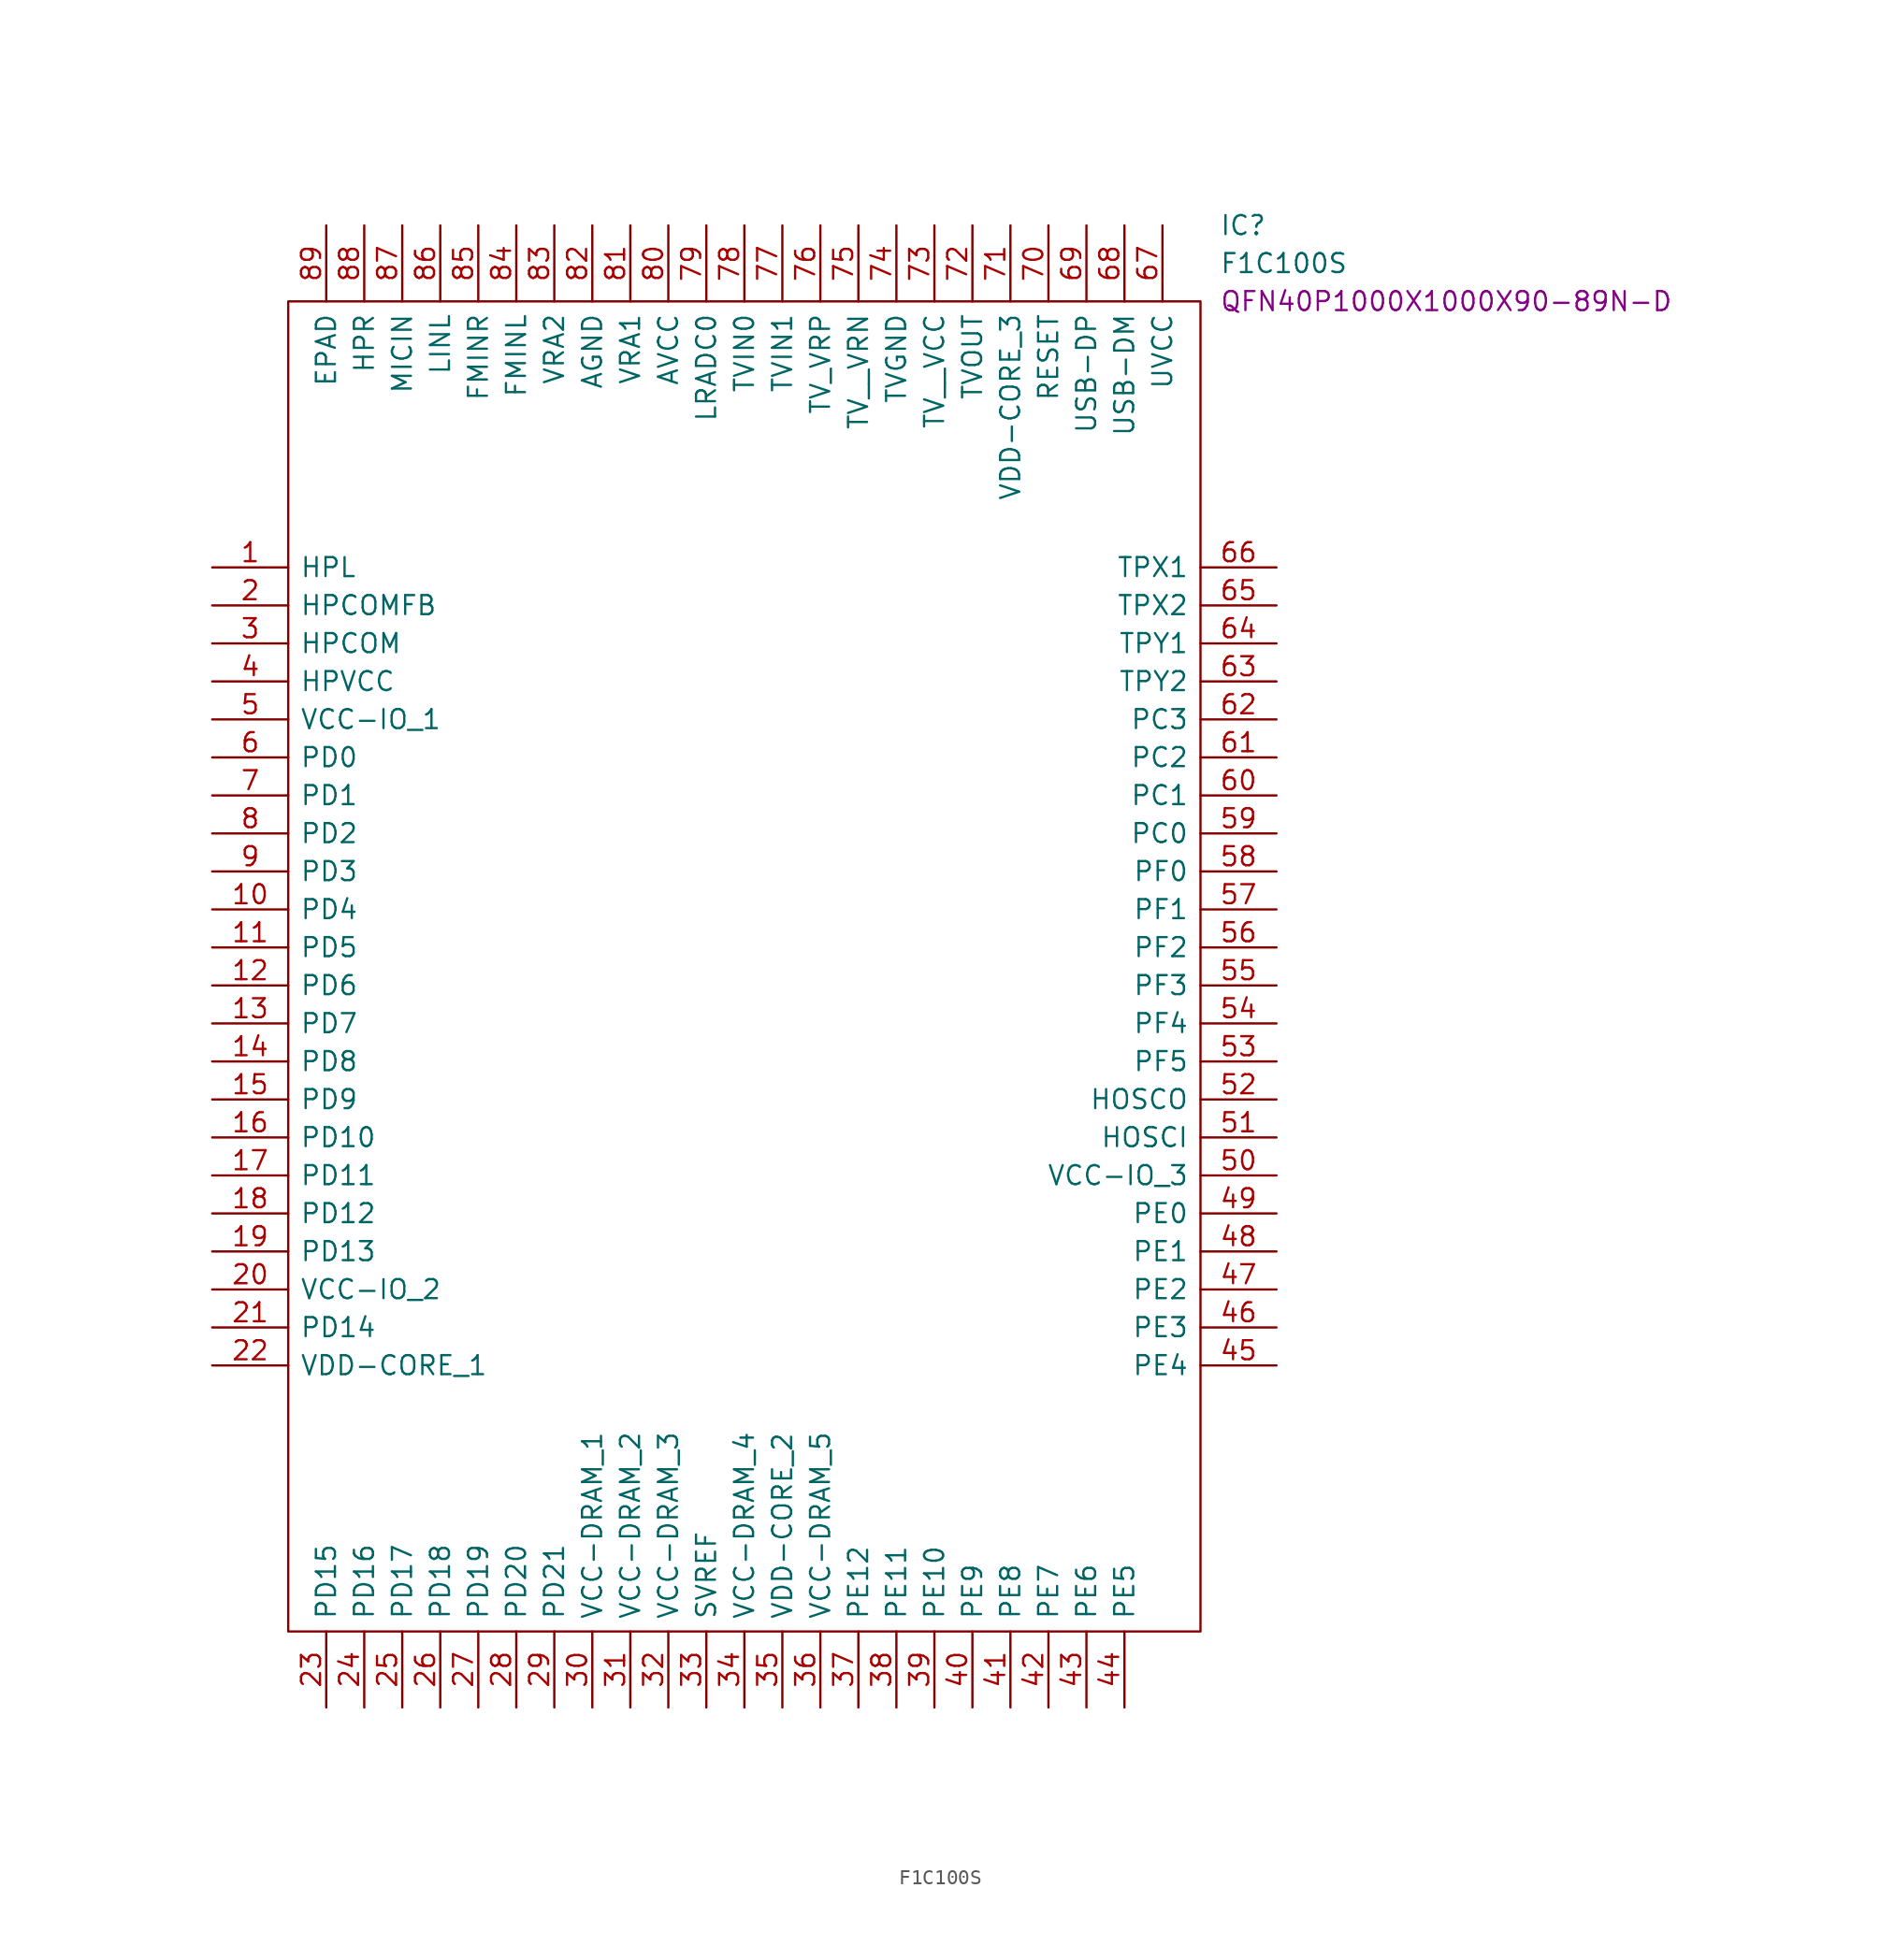
<source format=kicad_sym>
(kicad_symbol_lib
  (version 20211014)
  (generator kicad_symbol_editor)
  (symbol "F1C100S"
    (pin_names
      (offset 0.762))
    (property "Reference" "IC"
      (at 67.31 22.86 0)
      (effects (font (size 1.27 1.27)) (justify left)))
    (property "Value" "F1C100S"
      (at 67.31 20.32 0)
      (effects (font (size 1.27 1.27)) (justify left)))
    (property "Footprint" "QFN40P1000X1000X90-89N-D"
      (at 67.31 17.78 0)
      (effects (font (size 1.27 1.27)) (justify left)))
    (symbol "F1C100S_0_0"
      (pin passive line (at 0 0 0) (length 5.08) (name "HPL" (effects (font (size 1.27 1.27)))) (number "1" (effects (font (size 1.27 1.27)))))
      (pin passive line (at 0 -22.86 0) (length 5.08) (name "PD4" (effects (font (size 1.27 1.27)))) (number "10" (effects (font (size 1.27 1.27)))))
      (pin passive line (at 0 -25.4 0) (length 5.08) (name "PD5" (effects (font (size 1.27 1.27)))) (number "11" (effects (font (size 1.27 1.27)))))
      (pin passive line (at 0 -27.94 0) (length 5.08) (name "PD6" (effects (font (size 1.27 1.27)))) (number "12" (effects (font (size 1.27 1.27)))))
      (pin passive line (at 0 -30.48 0) (length 5.08) (name "PD7" (effects (font (size 1.27 1.27)))) (number "13" (effects (font (size 1.27 1.27)))))
      (pin passive line (at 0 -33.02 0) (length 5.08) (name "PD8" (effects (font (size 1.27 1.27)))) (number "14" (effects (font (size 1.27 1.27)))))
      (pin passive line (at 0 -35.56 0) (length 5.08) (name "PD9" (effects (font (size 1.27 1.27)))) (number "15" (effects (font (size 1.27 1.27)))))
      (pin passive line (at 0 -38.1 0) (length 5.08) (name "PD10" (effects (font (size 1.27 1.27)))) (number "16" (effects (font (size 1.27 1.27)))))
      (pin passive line (at 0 -40.64 0) (length 5.08) (name "PD11" (effects (font (size 1.27 1.27)))) (number "17" (effects (font (size 1.27 1.27)))))
      (pin passive line (at 0 -43.18 0) (length 5.08) (name "PD12" (effects (font (size 1.27 1.27)))) (number "18" (effects (font (size 1.27 1.27)))))
      (pin passive line (at 0 -45.72 0) (length 5.08) (name "PD13" (effects (font (size 1.27 1.27)))) (number "19" (effects (font (size 1.27 1.27)))))
      (pin passive line (at 0 -2.54 0) (length 5.08) (name "HPCOMFB" (effects (font (size 1.27 1.27)))) (number "2" (effects (font (size 1.27 1.27)))))
      (pin passive line (at 0 -48.26 0) (length 5.08) (name "VCC-IO_2" (effects (font (size 1.27 1.27)))) (number "20" (effects (font (size 1.27 1.27)))))
      (pin passive line (at 0 -50.8 0) (length 5.08) (name "PD14" (effects (font (size 1.27 1.27)))) (number "21" (effects (font (size 1.27 1.27)))))
      (pin passive line (at 0 -53.34 0) (length 5.08) (name "VDD-CORE_1" (effects (font (size 1.27 1.27)))) (number "22" (effects (font (size 1.27 1.27)))))
      (pin passive line (at 7.62 -76.2 90) (length 5.08) (name "PD15" (effects (font (size 1.27 1.27)))) (number "23" (effects (font (size 1.27 1.27)))))
      (pin passive line (at 10.16 -76.2 90) (length 5.08) (name "PD16" (effects (font (size 1.27 1.27)))) (number "24" (effects (font (size 1.27 1.27)))))
      (pin passive line (at 12.7 -76.2 90) (length 5.08) (name "PD17" (effects (font (size 1.27 1.27)))) (number "25" (effects (font (size 1.27 1.27)))))
      (pin passive line (at 15.24 -76.2 90) (length 5.08) (name "PD18" (effects (font (size 1.27 1.27)))) (number "26" (effects (font (size 1.27 1.27)))))
      (pin passive line (at 17.78 -76.2 90) (length 5.08) (name "PD19" (effects (font (size 1.27 1.27)))) (number "27" (effects (font (size 1.27 1.27)))))
      (pin passive line (at 20.32 -76.2 90) (length 5.08) (name "PD20" (effects (font (size 1.27 1.27)))) (number "28" (effects (font (size 1.27 1.27)))))
      (pin passive line (at 22.86 -76.2 90) (length 5.08) (name "PD21" (effects (font (size 1.27 1.27)))) (number "29" (effects (font (size 1.27 1.27)))))
      (pin passive line (at 0 -5.08 0) (length 5.08) (name "HPCOM" (effects (font (size 1.27 1.27)))) (number "3" (effects (font (size 1.27 1.27)))))
      (pin passive line (at 25.4 -76.2 90) (length 5.08) (name "VCC-DRAM_1" (effects (font (size 1.27 1.27)))) (number "30" (effects (font (size 1.27 1.27)))))
      (pin passive line (at 27.94 -76.2 90) (length 5.08) (name "VCC-DRAM_2" (effects (font (size 1.27 1.27)))) (number "31" (effects (font (size 1.27 1.27)))))
      (pin passive line (at 30.48 -76.2 90) (length 5.08) (name "VCC-DRAM_3" (effects (font (size 1.27 1.27)))) (number "32" (effects (font (size 1.27 1.27)))))
      (pin passive line (at 33.02 -76.2 90) (length 5.08) (name "SVREF" (effects (font (size 1.27 1.27)))) (number "33" (effects (font (size 1.27 1.27)))))
      (pin passive line (at 35.56 -76.2 90) (length 5.08) (name "VCC-DRAM_4" (effects (font (size 1.27 1.27)))) (number "34" (effects (font (size 1.27 1.27)))))
      (pin passive line (at 38.1 -76.2 90) (length 5.08) (name "VDD-CORE_2" (effects (font (size 1.27 1.27)))) (number "35" (effects (font (size 1.27 1.27)))))
      (pin passive line (at 40.64 -76.2 90) (length 5.08) (name "VCC-DRAM_5" (effects (font (size 1.27 1.27)))) (number "36" (effects (font (size 1.27 1.27)))))
      (pin passive line (at 43.18 -76.2 90) (length 5.08) (name "PE12" (effects (font (size 1.27 1.27)))) (number "37" (effects (font (size 1.27 1.27)))))
      (pin passive line (at 45.72 -76.2 90) (length 5.08) (name "PE11" (effects (font (size 1.27 1.27)))) (number "38" (effects (font (size 1.27 1.27)))))
      (pin passive line (at 48.26 -76.2 90) (length 5.08) (name "PE10" (effects (font (size 1.27 1.27)))) (number "39" (effects (font (size 1.27 1.27)))))
      (pin passive line (at 0 -7.62 0) (length 5.08) (name "HPVCC" (effects (font (size 1.27 1.27)))) (number "4" (effects (font (size 1.27 1.27)))))
      (pin passive line (at 50.8 -76.2 90) (length 5.08) (name "PE9" (effects (font (size 1.27 1.27)))) (number "40" (effects (font (size 1.27 1.27)))))
      (pin passive line (at 53.34 -76.2 90) (length 5.08) (name "PE8" (effects (font (size 1.27 1.27)))) (number "41" (effects (font (size 1.27 1.27)))))
      (pin passive line (at 55.88 -76.2 90) (length 5.08) (name "PE7" (effects (font (size 1.27 1.27)))) (number "42" (effects (font (size 1.27 1.27)))))
      (pin passive line (at 58.42 -76.2 90) (length 5.08) (name "PE6" (effects (font (size 1.27 1.27)))) (number "43" (effects (font (size 1.27 1.27)))))
      (pin passive line (at 60.96 -76.2 90) (length 5.08) (name "PE5" (effects (font (size 1.27 1.27)))) (number "44" (effects (font (size 1.27 1.27)))))
      (pin passive line (at 71.12 -53.34 180) (length 5.08) (name "PE4" (effects (font (size 1.27 1.27)))) (number "45" (effects (font (size 1.27 1.27)))))
      (pin passive line (at 71.12 -50.8 180) (length 5.08) (name "PE3" (effects (font (size 1.27 1.27)))) (number "46" (effects (font (size 1.27 1.27)))))
      (pin passive line (at 71.12 -48.26 180) (length 5.08) (name "PE2" (effects (font (size 1.27 1.27)))) (number "47" (effects (font (size 1.27 1.27)))))
      (pin passive line (at 71.12 -45.72 180) (length 5.08) (name "PE1" (effects (font (size 1.27 1.27)))) (number "48" (effects (font (size 1.27 1.27)))))
      (pin passive line (at 71.12 -43.18 180) (length 5.08) (name "PE0" (effects (font (size 1.27 1.27)))) (number "49" (effects (font (size 1.27 1.27)))))
      (pin passive line (at 0 -10.16 0) (length 5.08) (name "VCC-IO_1" (effects (font (size 1.27 1.27)))) (number "5" (effects (font (size 1.27 1.27)))))
      (pin passive line (at 71.12 -40.64 180) (length 5.08) (name "VCC-IO_3" (effects (font (size 1.27 1.27)))) (number "50" (effects (font (size 1.27 1.27)))))
      (pin passive line (at 71.12 -38.1 180) (length 5.08) (name "HOSCI" (effects (font (size 1.27 1.27)))) (number "51" (effects (font (size 1.27 1.27)))))
      (pin passive line (at 71.12 -35.56 180) (length 5.08) (name "HOSCO" (effects (font (size 1.27 1.27)))) (number "52" (effects (font (size 1.27 1.27)))))
      (pin passive line (at 71.12 -33.02 180) (length 5.08) (name "PF5" (effects (font (size 1.27 1.27)))) (number "53" (effects (font (size 1.27 1.27)))))
      (pin passive line (at 71.12 -30.48 180) (length 5.08) (name "PF4" (effects (font (size 1.27 1.27)))) (number "54" (effects (font (size 1.27 1.27)))))
      (pin passive line (at 71.12 -27.94 180) (length 5.08) (name "PF3" (effects (font (size 1.27 1.27)))) (number "55" (effects (font (size 1.27 1.27)))))
      (pin passive line (at 71.12 -25.4 180) (length 5.08) (name "PF2" (effects (font (size 1.27 1.27)))) (number "56" (effects (font (size 1.27 1.27)))))
      (pin passive line (at 71.12 -22.86 180) (length 5.08) (name "PF1" (effects (font (size 1.27 1.27)))) (number "57" (effects (font (size 1.27 1.27)))))
      (pin passive line (at 71.12 -20.32 180) (length 5.08) (name "PF0" (effects (font (size 1.27 1.27)))) (number "58" (effects (font (size 1.27 1.27)))))
      (pin passive line (at 71.12 -17.78 180) (length 5.08) (name "PC0" (effects (font (size 1.27 1.27)))) (number "59" (effects (font (size 1.27 1.27)))))
      (pin passive line (at 0 -12.7 0) (length 5.08) (name "PD0" (effects (font (size 1.27 1.27)))) (number "6" (effects (font (size 1.27 1.27)))))
      (pin passive line (at 71.12 -15.24 180) (length 5.08) (name "PC1" (effects (font (size 1.27 1.27)))) (number "60" (effects (font (size 1.27 1.27)))))
      (pin passive line (at 71.12 -12.7 180) (length 5.08) (name "PC2" (effects (font (size 1.27 1.27)))) (number "61" (effects (font (size 1.27 1.27)))))
      (pin passive line (at 71.12 -10.16 180) (length 5.08) (name "PC3" (effects (font (size 1.27 1.27)))) (number "62" (effects (font (size 1.27 1.27)))))
      (pin passive line (at 71.12 -7.62 180) (length 5.08) (name "TPY2" (effects (font (size 1.27 1.27)))) (number "63" (effects (font (size 1.27 1.27)))))
      (pin passive line (at 71.12 -5.08 180) (length 5.08) (name "TPY1" (effects (font (size 1.27 1.27)))) (number "64" (effects (font (size 1.27 1.27)))))
      (pin passive line (at 71.12 -2.54 180) (length 5.08) (name "TPX2" (effects (font (size 1.27 1.27)))) (number "65" (effects (font (size 1.27 1.27)))))
      (pin passive line (at 71.12 0 180) (length 5.08) (name "TPX1" (effects (font (size 1.27 1.27)))) (number "66" (effects (font (size 1.27 1.27)))))
      (pin passive line (at 63.5 22.86 270) (length 5.08) (name "UVCC" (effects (font (size 1.27 1.27)))) (number "67" (effects (font (size 1.27 1.27)))))
      (pin passive line (at 60.96 22.86 270) (length 5.08) (name "USB-DM" (effects (font (size 1.27 1.27)))) (number "68" (effects (font (size 1.27 1.27)))))
      (pin passive line (at 58.42 22.86 270) (length 5.08) (name "USB-DP" (effects (font (size 1.27 1.27)))) (number "69" (effects (font (size 1.27 1.27)))))
      (pin passive line (at 0 -15.24 0) (length 5.08) (name "PD1" (effects (font (size 1.27 1.27)))) (number "7" (effects (font (size 1.27 1.27)))))
      (pin passive line (at 55.88 22.86 270) (length 5.08) (name "RESET" (effects (font (size 1.27 1.27)))) (number "70" (effects (font (size 1.27 1.27)))))
      (pin passive line (at 53.34 22.86 270) (length 5.08) (name "VDD-CORE_3" (effects (font (size 1.27 1.27)))) (number "71" (effects (font (size 1.27 1.27)))))
      (pin passive line (at 50.8 22.86 270) (length 5.08) (name "TVOUT" (effects (font (size 1.27 1.27)))) (number "72" (effects (font (size 1.27 1.27)))))
      (pin passive line (at 48.26 22.86 270) (length 5.08) (name "TV__VCC" (effects (font (size 1.27 1.27)))) (number "73" (effects (font (size 1.27 1.27)))))
      (pin passive line (at 45.72 22.86 270) (length 5.08) (name "TVGND" (effects (font (size 1.27 1.27)))) (number "74" (effects (font (size 1.27 1.27)))))
      (pin passive line (at 43.18 22.86 270) (length 5.08) (name "TV__VRN" (effects (font (size 1.27 1.27)))) (number "75" (effects (font (size 1.27 1.27)))))
      (pin passive line (at 40.64 22.86 270) (length 5.08) (name "TV_VRP" (effects (font (size 1.27 1.27)))) (number "76" (effects (font (size 1.27 1.27)))))
      (pin passive line (at 38.1 22.86 270) (length 5.08) (name "TVIN1" (effects (font (size 1.27 1.27)))) (number "77" (effects (font (size 1.27 1.27)))))
      (pin passive line (at 35.56 22.86 270) (length 5.08) (name "TVIN0" (effects (font (size 1.27 1.27)))) (number "78" (effects (font (size 1.27 1.27)))))
      (pin passive line (at 33.02 22.86 270) (length 5.08) (name "LRADC0" (effects (font (size 1.27 1.27)))) (number "79" (effects (font (size 1.27 1.27)))))
      (pin passive line (at 0 -17.78 0) (length 5.08) (name "PD2" (effects (font (size 1.27 1.27)))) (number "8" (effects (font (size 1.27 1.27)))))
      (pin passive line (at 30.48 22.86 270) (length 5.08) (name "AVCC" (effects (font (size 1.27 1.27)))) (number "80" (effects (font (size 1.27 1.27)))))
      (pin passive line (at 27.94 22.86 270) (length 5.08) (name "VRA1" (effects (font (size 1.27 1.27)))) (number "81" (effects (font (size 1.27 1.27)))))
      (pin passive line (at 25.4 22.86 270) (length 5.08) (name "AGND" (effects (font (size 1.27 1.27)))) (number "82" (effects (font (size 1.27 1.27)))))
      (pin passive line (at 22.86 22.86 270) (length 5.08) (name "VRA2" (effects (font (size 1.27 1.27)))) (number "83" (effects (font (size 1.27 1.27)))))
      (pin passive line (at 20.32 22.86 270) (length 5.08) (name "FMINL" (effects (font (size 1.27 1.27)))) (number "84" (effects (font (size 1.27 1.27)))))
      (pin passive line (at 17.78 22.86 270) (length 5.08) (name "FMINR" (effects (font (size 1.27 1.27)))) (number "85" (effects (font (size 1.27 1.27)))))
      (pin passive line (at 15.24 22.86 270) (length 5.08) (name "LINL" (effects (font (size 1.27 1.27)))) (number "86" (effects (font (size 1.27 1.27)))))
      (pin passive line (at 12.7 22.86 270) (length 5.08) (name "MICIN" (effects (font (size 1.27 1.27)))) (number "87" (effects (font (size 1.27 1.27)))))
      (pin passive line (at 10.16 22.86 270) (length 5.08) (name "HPR" (effects (font (size 1.27 1.27)))) (number "88" (effects (font (size 1.27 1.27)))))
      (pin passive line (at 7.62 22.86 270) (length 5.08) (name "EPAD" (effects (font (size 1.27 1.27)))) (number "89" (effects (font (size 1.27 1.27)))))
      (pin passive line (at 0 -20.32 0) (length 5.08) (name "PD3" (effects (font (size 1.27 1.27)))) (number "9" (effects (font (size 1.27 1.27))))))
    (symbol "F1C100S_0_1"
      (polyline (pts (xy 5.08 17.78) (xy 66.04 17.78) (xy 66.04 -71.12) (xy 5.08 -71.12) (xy 5.08 17.78)) (stroke (width 0.152) (type default) (color 0 0 0 0)) (fill (type none))))))
</source>
